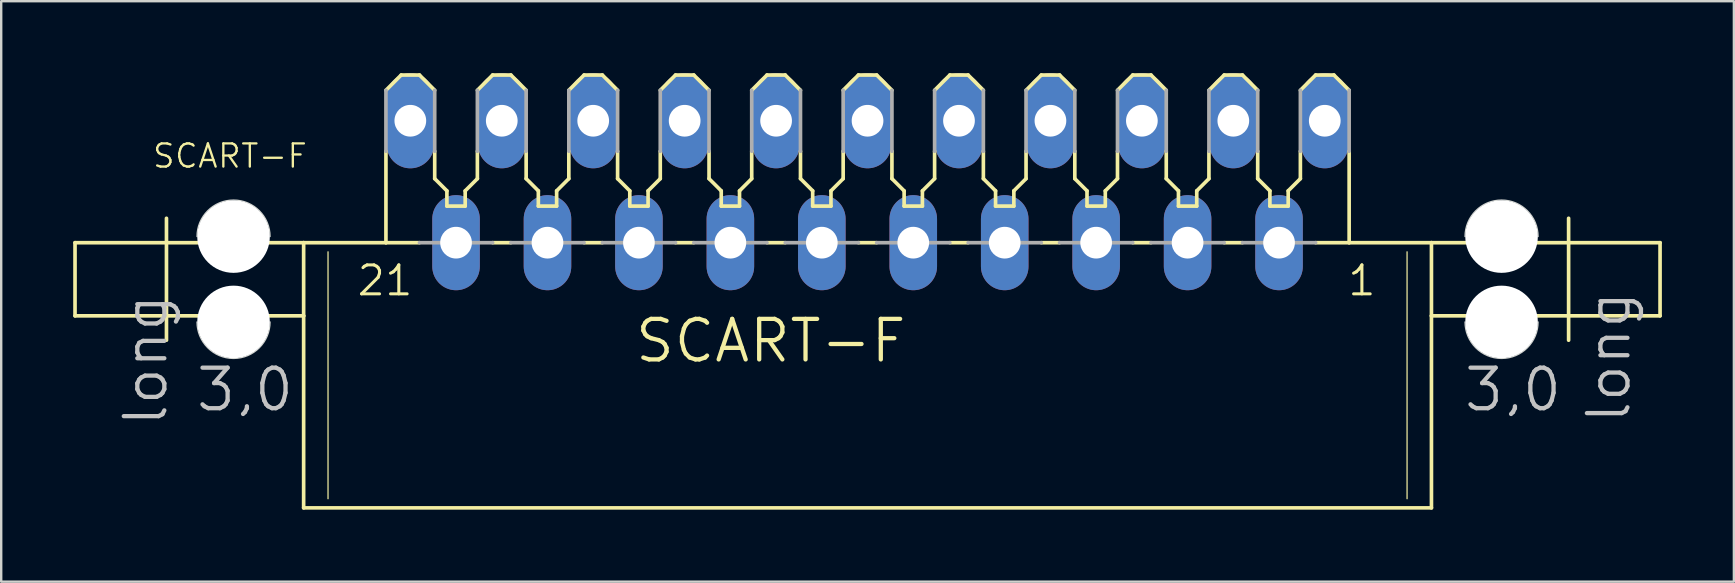
<source format=kicad_pcb>
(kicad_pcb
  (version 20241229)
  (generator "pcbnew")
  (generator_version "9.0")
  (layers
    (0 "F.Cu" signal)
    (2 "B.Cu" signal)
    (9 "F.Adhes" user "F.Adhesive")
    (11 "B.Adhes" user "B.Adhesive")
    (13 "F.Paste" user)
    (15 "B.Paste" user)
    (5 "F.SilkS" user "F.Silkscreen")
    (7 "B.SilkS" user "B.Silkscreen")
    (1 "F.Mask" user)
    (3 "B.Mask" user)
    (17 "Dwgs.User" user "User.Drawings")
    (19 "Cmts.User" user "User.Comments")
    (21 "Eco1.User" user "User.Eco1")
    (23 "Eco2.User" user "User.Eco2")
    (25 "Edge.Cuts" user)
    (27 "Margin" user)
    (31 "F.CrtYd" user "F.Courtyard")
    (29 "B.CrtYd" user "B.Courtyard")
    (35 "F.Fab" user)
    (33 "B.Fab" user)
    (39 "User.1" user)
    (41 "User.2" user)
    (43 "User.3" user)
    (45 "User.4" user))
  (footprint "SCART-F"
    (layer "F.Cu")
    (at 33.096 7.061)
    (property "Reference" "SCART-F" (at -29.845 -3.048 0) (layer "F.SilkS") (effects (font (size 0.965 0.965) (thickness 0.097)) (justify left bottom)))
    (attr through_hole)
    (fp_line (start -33.02 3.048) (end -33.02 0) (stroke (width 0.152) (type solid)) (layer "F.SilkS"))
    (fp_line (start -33.02 3.048) (end -23.495 3.048) (stroke (width 0.152) (type solid)) (layer "F.SilkS"))
    (fp_line (start -29.21 4.064) (end -29.21 -1.016) (stroke (width 0.152) (type solid)) (layer "F.SilkS"))
    (fp_line (start -23.495 0) (end -33.02 0) (stroke (width 0.152) (type solid)) (layer "F.SilkS"))
    (fp_line (start -23.495 3.048) (end -23.495 0) (stroke (width 0.152) (type solid)) (layer "F.SilkS"))
    (fp_line (start -23.495 11.049) (end -23.495 3.048) (stroke (width 0.152) (type solid)) (layer "F.SilkS"))
    (fp_line (start -23.495 11.049) (end 23.495 11.049) (stroke (width 0.152) (type solid)) (layer "F.SilkS"))
    (fp_line (start -22.479 0.381) (end -22.479 10.668) (stroke (width 0.051) (type solid)) (layer "F.SilkS"))
    (fp_line (start -20.066 0) (end -23.495 0) (stroke (width 0.152) (type solid)) (layer "F.SilkS"))
    (fp_line (start -20.066 0) (end -20.066 -3.81) (stroke (width 0.152) (type solid)) (layer "F.SilkS"))
    (fp_line (start -19.431 -6.985) (end -20.066 -6.35) (stroke (width 0.152) (type solid)) (layer "F.SilkS"))
    (fp_line (start -18.669 -6.985) (end -19.431 -6.985) (stroke (width 0.152) (type solid)) (layer "F.SilkS"))
    (fp_line (start -18.669 0) (end -20.066 0) (stroke (width 0.152) (type solid)) (layer "F.SilkS"))
    (fp_line (start -18.034 -6.35) (end -18.669 -6.985) (stroke (width 0.152) (type solid)) (layer "F.SilkS"))
    (fp_line (start -18.034 -2.667) (end -18.034 -3.81) (stroke (width 0.152) (type solid)) (layer "F.SilkS"))
    (fp_line (start -17.526 -2.159) (end -18.034 -2.667) (stroke (width 0.152) (type solid)) (layer "F.SilkS"))
    (fp_line (start -17.526 -1.524) (end -17.526 -2.159) (stroke (width 0.152) (type solid)) (layer "F.SilkS"))
    (fp_line (start -16.764 -2.159) (end -16.764 -1.524) (stroke (width 0.152) (type solid)) (layer "F.SilkS"))
    (fp_line (start -16.764 -1.524) (end -17.526 -1.524) (stroke (width 0.152) (type solid)) (layer "F.SilkS"))
    (fp_line (start -16.256 -3.81) (end -16.256 -2.667) (stroke (width 0.152) (type solid)) (layer "F.SilkS"))
    (fp_line (start -16.256 -2.667) (end -16.764 -2.159) (stroke (width 0.152) (type solid)) (layer "F.SilkS"))
    (fp_line (start -15.621 -6.985) (end -16.256 -6.35) (stroke (width 0.152) (type solid)) (layer "F.SilkS"))
    (fp_line (start -14.859 -6.985) (end -15.621 -6.985) (stroke (width 0.152) (type solid)) (layer "F.SilkS"))
    (fp_line (start -14.859 0) (end -15.621 0) (stroke (width 0.152) (type solid)) (layer "F.SilkS"))
    (fp_line (start -14.224 -6.35) (end -14.859 -6.985) (stroke (width 0.152) (type solid)) (layer "F.SilkS"))
    (fp_line (start -14.224 -2.667) (end -14.224 -3.81) (stroke (width 0.152) (type solid)) (layer "F.SilkS"))
    (fp_line (start -13.716 -2.159) (end -14.224 -2.667) (stroke (width 0.152) (type solid)) (layer "F.SilkS"))
    (fp_line (start -13.716 -1.524) (end -13.716 -2.159) (stroke (width 0.152) (type solid)) (layer "F.SilkS"))
    (fp_line (start -12.954 -2.159) (end -12.954 -1.524) (stroke (width 0.152) (type solid)) (layer "F.SilkS"))
    (fp_line (start -12.954 -1.524) (end -13.716 -1.524) (stroke (width 0.152) (type solid)) (layer "F.SilkS"))
    (fp_line (start -12.446 -3.81) (end -12.446 -2.667) (stroke (width 0.152) (type solid)) (layer "F.SilkS"))
    (fp_line (start -12.446 -2.667) (end -12.954 -2.159) (stroke (width 0.152) (type solid)) (layer "F.SilkS"))
    (fp_line (start -11.811 -6.985) (end -12.446 -6.35) (stroke (width 0.152) (type solid)) (layer "F.SilkS"))
    (fp_line (start -11.049 -6.985) (end -11.811 -6.985) (stroke (width 0.152) (type solid)) (layer "F.SilkS"))
    (fp_line (start -11.049 0) (end -11.811 0) (stroke (width 0.152) (type solid)) (layer "F.SilkS"))
    (fp_line (start -10.414 -6.35) (end -11.049 -6.985) (stroke (width 0.152) (type solid)) (layer "F.SilkS"))
    (fp_line (start -10.414 -2.667) (end -10.414 -3.81) (stroke (width 0.152) (type solid)) (layer "F.SilkS"))
    (fp_line (start -9.906 -2.159) (end -10.414 -2.667) (stroke (width 0.152) (type solid)) (layer "F.SilkS"))
    (fp_line (start -9.906 -1.524) (end -9.906 -2.159) (stroke (width 0.152) (type solid)) (layer "F.SilkS"))
    (fp_line (start -9.144 -2.159) (end -9.144 -1.524) (stroke (width 0.152) (type solid)) (layer "F.SilkS"))
    (fp_line (start -9.144 -1.524) (end -9.906 -1.524) (stroke (width 0.152) (type solid)) (layer "F.SilkS"))
    (fp_line (start -8.636 -3.81) (end -8.636 -2.667) (stroke (width 0.152) (type solid)) (layer "F.SilkS"))
    (fp_line (start -8.636 -2.667) (end -9.144 -2.159) (stroke (width 0.152) (type solid)) (layer "F.SilkS"))
    (fp_line (start -8.001 -6.985) (end -8.636 -6.35) (stroke (width 0.152) (type solid)) (layer "F.SilkS"))
    (fp_line (start -7.239 -6.985) (end -8.001 -6.985) (stroke (width 0.152) (type solid)) (layer "F.SilkS"))
    (fp_line (start -7.239 0) (end -8.001 0) (stroke (width 0.152) (type solid)) (layer "F.SilkS"))
    (fp_line (start -6.604 -6.35) (end -7.239 -6.985) (stroke (width 0.152) (type solid)) (layer "F.SilkS"))
    (fp_line (start -6.604 -2.667) (end -6.604 -3.81) (stroke (width 0.152) (type solid)) (layer "F.SilkS"))
    (fp_line (start -6.096 -2.159) (end -6.604 -2.667) (stroke (width 0.152) (type solid)) (layer "F.SilkS"))
    (fp_line (start -6.096 -1.524) (end -6.096 -2.159) (stroke (width 0.152) (type solid)) (layer "F.SilkS"))
    (fp_line (start -5.334 -2.159) (end -5.334 -1.524) (stroke (width 0.152) (type solid)) (layer "F.SilkS"))
    (fp_line (start -5.334 -1.524) (end -6.096 -1.524) (stroke (width 0.152) (type solid)) (layer "F.SilkS"))
    (fp_line (start -4.826 -3.81) (end -4.826 -2.667) (stroke (width 0.152) (type solid)) (layer "F.SilkS"))
    (fp_line (start -4.826 -2.667) (end -5.334 -2.159) (stroke (width 0.152) (type solid)) (layer "F.SilkS"))
    (fp_line (start -4.191 -6.985) (end -4.826 -6.35) (stroke (width 0.152) (type solid)) (layer "F.SilkS"))
    (fp_line (start -3.429 -6.985) (end -4.191 -6.985) (stroke (width 0.152) (type solid)) (layer "F.SilkS"))
    (fp_line (start -3.429 0) (end -4.191 0) (stroke (width 0.152) (type solid)) (layer "F.SilkS"))
    (fp_line (start -2.794 -6.35) (end -3.429 -6.985) (stroke (width 0.152) (type solid)) (layer "F.SilkS"))
    (fp_line (start -2.794 -2.667) (end -2.794 -3.81) (stroke (width 0.152) (type solid)) (layer "F.SilkS"))
    (fp_line (start -2.286 -2.159) (end -2.794 -2.667) (stroke (width 0.152) (type solid)) (layer "F.SilkS"))
    (fp_line (start -2.286 -1.524) (end -2.286 -2.159) (stroke (width 0.152) (type solid)) (layer "F.SilkS"))
    (fp_line (start -1.524 -2.159) (end -1.524 -1.524) (stroke (width 0.152) (type solid)) (layer "F.SilkS"))
    (fp_line (start -1.524 -1.524) (end -2.286 -1.524) (stroke (width 0.152) (type solid)) (layer "F.SilkS"))
    (fp_line (start -1.016 -3.81) (end -1.016 -2.667) (stroke (width 0.152) (type solid)) (layer "F.SilkS"))
    (fp_line (start -1.016 -2.667) (end -1.524 -2.159) (stroke (width 0.152) (type solid)) (layer "F.SilkS"))
    (fp_line (start -0.381 -6.985) (end -1.016 -6.35) (stroke (width 0.152) (type solid)) (layer "F.SilkS"))
    (fp_line (start 0.381 -6.985) (end -0.381 -6.985) (stroke (width 0.152) (type solid)) (layer "F.SilkS"))
    (fp_line (start 0.381 0) (end -0.381 0) (stroke (width 0.152) (type solid)) (layer "F.SilkS"))
    (fp_line (start 1.016 -6.35) (end 0.381 -6.985) (stroke (width 0.152) (type solid)) (layer "F.SilkS"))
    (fp_line (start 1.016 -2.667) (end 1.016 -3.81) (stroke (width 0.152) (type solid)) (layer "F.SilkS"))
    (fp_line (start 1.524 -2.159) (end 1.016 -2.667) (stroke (width 0.152) (type solid)) (layer "F.SilkS"))
    (fp_line (start 1.524 -1.524) (end 1.524 -2.159) (stroke (width 0.152) (type solid)) (layer "F.SilkS"))
    (fp_line (start 2.286 -2.159) (end 2.286 -1.524) (stroke (width 0.152) (type solid)) (layer "F.SilkS"))
    (fp_line (start 2.286 -1.524) (end 1.524 -1.524) (stroke (width 0.152) (type solid)) (layer "F.SilkS"))
    (fp_line (start 2.794 -3.81) (end 2.794 -2.667) (stroke (width 0.152) (type solid)) (layer "F.SilkS"))
    (fp_line (start 2.794 -2.667) (end 2.286 -2.159) (stroke (width 0.152) (type solid)) (layer "F.SilkS"))
    (fp_line (start 3.429 -6.985) (end 2.794 -6.35) (stroke (width 0.152) (type solid)) (layer "F.SilkS"))
    (fp_line (start 4.191 -6.985) (end 3.429 -6.985) (stroke (width 0.152) (type solid)) (layer "F.SilkS"))
    (fp_line (start 4.191 0) (end 3.429 0) (stroke (width 0.152) (type solid)) (layer "F.SilkS"))
    (fp_line (start 4.826 -6.35) (end 4.191 -6.985) (stroke (width 0.152) (type solid)) (layer "F.SilkS"))
    (fp_line (start 4.826 -2.667) (end 4.826 -3.81) (stroke (width 0.152) (type solid)) (layer "F.SilkS"))
    (fp_line (start 5.334 -2.159) (end 4.826 -2.667) (stroke (width 0.152) (type solid)) (layer "F.SilkS"))
    (fp_line (start 5.334 -1.524) (end 5.334 -2.159) (stroke (width 0.152) (type solid)) (layer "F.SilkS"))
    (fp_line (start 6.096 -2.159) (end 6.096 -1.524) (stroke (width 0.152) (type solid)) (layer "F.SilkS"))
    (fp_line (start 6.096 -1.524) (end 5.334 -1.524) (stroke (width 0.152) (type solid)) (layer "F.SilkS"))
    (fp_line (start 6.604 -3.81) (end 6.604 -2.667) (stroke (width 0.152) (type solid)) (layer "F.SilkS"))
    (fp_line (start 6.604 -2.667) (end 6.096 -2.159) (stroke (width 0.152) (type solid)) (layer "F.SilkS"))
    (fp_line (start 7.239 -6.985) (end 6.604 -6.35) (stroke (width 0.152) (type solid)) (layer "F.SilkS"))
    (fp_line (start 8.001 -6.985) (end 7.239 -6.985) (stroke (width 0.152) (type solid)) (layer "F.SilkS"))
    (fp_line (start 8.001 0) (end 7.239 0) (stroke (width 0.152) (type solid)) (layer "F.SilkS"))
    (fp_line (start 8.636 -6.35) (end 8.001 -6.985) (stroke (width 0.152) (type solid)) (layer "F.SilkS"))
    (fp_line (start 8.636 -2.667) (end 8.636 -3.81) (stroke (width 0.152) (type solid)) (layer "F.SilkS"))
    (fp_line (start 9.144 -2.159) (end 8.636 -2.667) (stroke (width 0.152) (type solid)) (layer "F.SilkS"))
    (fp_line (start 9.144 -1.524) (end 9.144 -2.159) (stroke (width 0.152) (type solid)) (layer "F.SilkS"))
    (fp_line (start 9.906 -2.159) (end 9.906 -1.524) (stroke (width 0.152) (type solid)) (layer "F.SilkS"))
    (fp_line (start 9.906 -1.524) (end 9.144 -1.524) (stroke (width 0.152) (type solid)) (layer "F.SilkS"))
    (fp_line (start 10.414 -3.81) (end 10.414 -2.667) (stroke (width 0.152) (type solid)) (layer "F.SilkS"))
    (fp_line (start 10.414 -2.667) (end 9.906 -2.159) (stroke (width 0.152) (type solid)) (layer "F.SilkS"))
    (fp_line (start 11.049 -6.985) (end 10.414 -6.35) (stroke (width 0.152) (type solid)) (layer "F.SilkS"))
    (fp_line (start 11.811 -6.985) (end 11.049 -6.985) (stroke (width 0.152) (type solid)) (layer "F.SilkS"))
    (fp_line (start 11.811 0) (end 11.049 0) (stroke (width 0.152) (type solid)) (layer "F.SilkS"))
    (fp_line (start 12.446 -6.35) (end 11.811 -6.985) (stroke (width 0.152) (type solid)) (layer "F.SilkS"))
    (fp_line (start 12.446 -2.667) (end 12.446 -3.81) (stroke (width 0.152) (type solid)) (layer "F.SilkS"))
    (fp_line (start 12.954 -2.159) (end 12.446 -2.667) (stroke (width 0.152) (type solid)) (layer "F.SilkS"))
    (fp_line (start 12.954 -1.524) (end 12.954 -2.159) (stroke (width 0.152) (type solid)) (layer "F.SilkS"))
    (fp_line (start 13.716 -2.159) (end 13.716 -1.524) (stroke (width 0.152) (type solid)) (layer "F.SilkS"))
    (fp_line (start 13.716 -1.524) (end 12.954 -1.524) (stroke (width 0.152) (type solid)) (layer "F.SilkS"))
    (fp_line (start 14.224 -3.81) (end 14.224 -2.667) (stroke (width 0.152) (type solid)) (layer "F.SilkS"))
    (fp_line (start 14.224 -2.667) (end 13.716 -2.159) (stroke (width 0.152) (type solid)) (layer "F.SilkS"))
    (fp_line (start 14.859 -6.985) (end 14.224 -6.35) (stroke (width 0.152) (type solid)) (layer "F.SilkS"))
    (fp_line (start 15.621 -6.985) (end 14.859 -6.985) (stroke (width 0.152) (type solid)) (layer "F.SilkS"))
    (fp_line (start 15.621 0) (end 14.859 0) (stroke (width 0.152) (type solid)) (layer "F.SilkS"))
    (fp_line (start 16.256 -6.35) (end 15.621 -6.985) (stroke (width 0.152) (type solid)) (layer "F.SilkS"))
    (fp_line (start 16.256 -2.667) (end 16.256 -3.81) (stroke (width 0.152) (type solid)) (layer "F.SilkS"))
    (fp_line (start 16.764 -2.159) (end 16.256 -2.667) (stroke (width 0.152) (type solid)) (layer "F.SilkS"))
    (fp_line (start 16.764 -1.524) (end 16.764 -2.159) (stroke (width 0.152) (type solid)) (layer "F.SilkS"))
    (fp_line (start 17.526 -2.159) (end 17.526 -1.524) (stroke (width 0.152) (type solid)) (layer "F.SilkS"))
    (fp_line (start 17.526 -1.524) (end 16.764 -1.524) (stroke (width 0.152) (type solid)) (layer "F.SilkS"))
    (fp_line (start 18.034 -3.81) (end 18.034 -2.667) (stroke (width 0.152) (type solid)) (layer "F.SilkS"))
    (fp_line (start 18.034 -2.667) (end 17.526 -2.159) (stroke (width 0.152) (type solid)) (layer "F.SilkS"))
    (fp_line (start 18.669 -6.985) (end 18.034 -6.35) (stroke (width 0.152) (type solid)) (layer "F.SilkS"))
    (fp_line (start 18.669 -6.985) (end 19.431 -6.985) (stroke (width 0.152) (type solid)) (layer "F.SilkS"))
    (fp_line (start 20.066 -6.35) (end 19.431 -6.985) (stroke (width 0.152) (type solid)) (layer "F.SilkS"))
    (fp_line (start 20.066 0) (end 18.669 0) (stroke (width 0.152) (type solid)) (layer "F.SilkS"))
    (fp_line (start 20.066 0) (end 20.066 -3.81) (stroke (width 0.152) (type solid)) (layer "F.SilkS"))
    (fp_line (start 22.479 0.381) (end 22.479 10.668) (stroke (width 0.051) (type solid)) (layer "F.SilkS"))
    (fp_line (start 23.495 0) (end 20.066 0) (stroke (width 0.152) (type solid)) (layer "F.SilkS"))
    (fp_line (start 23.495 3.048) (end 23.495 0) (stroke (width 0.152) (type solid)) (layer "F.SilkS"))
    (fp_line (start 23.495 3.048) (end 33.02 3.048) (stroke (width 0.152) (type solid)) (layer "F.SilkS"))
    (fp_line (start 23.495 11.049) (end 23.495 3.048) (stroke (width 0.152) (type solid)) (layer "F.SilkS"))
    (fp_line (start 29.21 4.064) (end 29.21 -1.016) (stroke (width 0.152) (type solid)) (layer "F.SilkS"))
    (fp_line (start 33.02 0) (end 23.495 0) (stroke (width 0.152) (type solid)) (layer "F.SilkS"))
    (fp_line (start 33.02 3.048) (end 33.02 0) (stroke (width 0.152) (type solid)) (layer "F.SilkS"))
    (fp_line (start -27.94 3.302) (end -27.94 -0.254) (stroke (width 0.002) (type solid)) (layer "Edge.Cuts"))
    (fp_line (start -24.892 -0.254) (end -24.892 3.302) (stroke (width 0.002) (type solid)) (layer "Edge.Cuts"))
    (fp_line (start 24.892 3.302) (end 24.892 -0.254) (stroke (width 0.002) (type solid)) (layer "Edge.Cuts"))
    (fp_line (start 27.94 -0.254) (end 27.94 3.302) (stroke (width 0.002) (type solid)) (layer "Edge.Cuts"))
    (fp_arc (start -27.94 -0.254) (mid -26.415999 -1.777999) (end -24.892 -0.253998) (stroke (width 0.05) (type solid)) (layer "Edge.Cuts"))
    (fp_arc (start -24.892 3.302) (mid -26.416 4.826) (end -27.94 3.302) (stroke (width 0.05) (type solid)) (layer "Edge.Cuts"))
    (fp_arc (start 24.892 -0.254) (mid 26.416001 -1.777999) (end 27.94 -0.253998) (stroke (width 0.05) (type solid)) (layer "Edge.Cuts"))
    (fp_arc (start 27.94 3.302) (mid 26.416 4.826) (end 24.892 3.302) (stroke (width 0.05) (type solid)) (layer "Edge.Cuts"))
    (fp_line (start -20.066 -6.35) (end -20.066 -3.81) (stroke (width 0.152) (type solid)) (layer "F.Fab"))
    (fp_line (start -18.669 0) (end -15.621 0) (stroke (width 0.152) (type solid)) (layer "F.Fab"))
    (fp_line (start -18.034 -3.81) (end -18.034 -6.35) (stroke (width 0.152) (type solid)) (layer "F.Fab"))
    (fp_line (start -16.256 -6.35) (end -16.256 -3.81) (stroke (width 0.152) (type solid)) (layer "F.Fab"))
    (fp_line (start -14.859 0) (end -11.811 0) (stroke (width 0.152) (type solid)) (layer "F.Fab"))
    (fp_line (start -14.224 -3.81) (end -14.224 -6.35) (stroke (width 0.152) (type solid)) (layer "F.Fab"))
    (fp_line (start -12.446 -6.35) (end -12.446 -3.81) (stroke (width 0.152) (type solid)) (layer "F.Fab"))
    (fp_line (start -11.049 0) (end -8.001 0) (stroke (width 0.152) (type solid)) (layer "F.Fab"))
    (fp_line (start -10.414 -3.81) (end -10.414 -6.35) (stroke (width 0.152) (type solid)) (layer "F.Fab"))
    (fp_line (start -8.636 -6.35) (end -8.636 -3.81) (stroke (width 0.152) (type solid)) (layer "F.Fab"))
    (fp_line (start -7.239 0) (end -4.191 0) (stroke (width 0.152) (type solid)) (layer "F.Fab"))
    (fp_line (start -6.604 -3.81) (end -6.604 -6.35) (stroke (width 0.152) (type solid)) (layer "F.Fab"))
    (fp_line (start -4.826 -6.35) (end -4.826 -3.81) (stroke (width 0.152) (type solid)) (layer "F.Fab"))
    (fp_line (start -3.429 0) (end -0.381 0) (stroke (width 0.152) (type solid)) (layer "F.Fab"))
    (fp_line (start -2.794 -3.81) (end -2.794 -6.35) (stroke (width 0.152) (type solid)) (layer "F.Fab"))
    (fp_line (start -1.016 -6.35) (end -1.016 -3.81) (stroke (width 0.152) (type solid)) (layer "F.Fab"))
    (fp_line (start 0.381 0) (end 3.429 0) (stroke (width 0.152) (type solid)) (layer "F.Fab"))
    (fp_line (start 1.016 -3.81) (end 1.016 -6.35) (stroke (width 0.152) (type solid)) (layer "F.Fab"))
    (fp_line (start 2.794 -6.35) (end 2.794 -3.81) (stroke (width 0.152) (type solid)) (layer "F.Fab"))
    (fp_line (start 4.191 0) (end 7.239 0) (stroke (width 0.152) (type solid)) (layer "F.Fab"))
    (fp_line (start 4.826 -3.81) (end 4.826 -6.35) (stroke (width 0.152) (type solid)) (layer "F.Fab"))
    (fp_line (start 6.604 -6.35) (end 6.604 -3.81) (stroke (width 0.152) (type solid)) (layer "F.Fab"))
    (fp_line (start 8.001 0) (end 11.049 0) (stroke (width 0.152) (type solid)) (layer "F.Fab"))
    (fp_line (start 8.636 -3.81) (end 8.636 -6.35) (stroke (width 0.152) (type solid)) (layer "F.Fab"))
    (fp_line (start 10.414 -6.35) (end 10.414 -3.81) (stroke (width 0.152) (type solid)) (layer "F.Fab"))
    (fp_line (start 11.811 0) (end 14.859 0) (stroke (width 0.152) (type solid)) (layer "F.Fab"))
    (fp_line (start 12.446 -3.81) (end 12.446 -6.35) (stroke (width 0.152) (type solid)) (layer "F.Fab"))
    (fp_line (start 14.224 -6.35) (end 14.224 -3.81) (stroke (width 0.152) (type solid)) (layer "F.Fab"))
    (fp_line (start 15.621 0) (end 18.669 0) (stroke (width 0.152) (type solid)) (layer "F.Fab"))
    (fp_line (start 16.256 -3.81) (end 16.256 -6.35) (stroke (width 0.152) (type solid)) (layer "F.Fab"))
    (fp_line (start 18.034 -6.35) (end 18.034 -3.81) (stroke (width 0.152) (type solid)) (layer "F.Fab"))
    (fp_line (start 20.066 -3.81) (end 20.066 -6.35) (stroke (width 0.152) (type solid)) (layer "F.Fab"))
    (fp_text user "1" (at 19.939 2.286 0) (layer "F.SilkS") (effects (font (size 1.206 1.206) (thickness 0.127)) (justify left bottom)))
    (fp_text user "21" (at -21.336 2.286 0) (layer "F.SilkS") (effects (font (size 1.206 1.206) (thickness 0.127)) (justify left bottom)))
    (fp_text user "SCART-F" (at -9.779 5.08 0) (layer "F.SilkS") (effects (font (size 1.689 1.689) (thickness 0.178)) (justify left bottom)))
    (fp_text user "3,0" (at 24.765 7.112 0) (layer "Dwgs.User") (effects (font (size 1.689 1.689) (thickness 0.178)) (justify left bottom)))
    (fp_text user "long " (at -29.083 7.747 90) (layer "Dwgs.User") (effects (font (size 1.689 1.689) (thickness 0.178)) (justify left bottom)))
    (fp_text user "long" (at 31.877 7.62 90) (layer "Dwgs.User") (effects (font (size 1.689 1.689) (thickness 0.178)) (justify left bottom)))
    (fp_text user "3,0 " (at -28.067 7.112 0) (layer "Dwgs.User") (effects (font (size 1.689 1.689) (thickness 0.178)) (justify left bottom)))
    (pad "" np_thru_hole circle (at -26.416 -0.254) (size 3.023 3.023) (drill 3.023) (layers "*.Cu" "*.Mask"))
    (pad "" np_thru_hole circle (at -26.416 3.302) (size 3.023 3.023) (drill 3.023) (layers "*.Cu" "*.Mask"))
    (pad "" np_thru_hole circle (at 26.416 -0.254) (size 3.023 3.023) (drill 3.023) (layers "*.Cu" "*.Mask"))
    (pad "" np_thru_hole circle (at 26.416 3.302) (size 3.023 3.023) (drill 3.023) (layers "*.Cu" "*.Mask"))
    (pad "1" thru_hole oval (at 19.05 -5.08 90) (size 3.962 1.981) (drill 1.321) (layers "*.Cu" "*.Mask"))
    (pad "2" thru_hole oval (at 17.145 0 90) (size 3.962 1.981) (drill 1.321) (layers "*.Cu" "*.Mask"))
    (pad "3" thru_hole oval (at 15.24 -5.08 90) (size 3.962 1.981) (drill 1.321) (layers "*.Cu" "*.Mask"))
    (pad "4" thru_hole oval (at 13.335 0 90) (size 3.962 1.981) (drill 1.321) (layers "*.Cu" "*.Mask"))
    (pad "5" thru_hole oval (at 11.43 -5.08 90) (size 3.962 1.981) (drill 1.321) (layers "*.Cu" "*.Mask"))
    (pad "6" thru_hole oval (at 9.525 0 90) (size 3.962 1.981) (drill 1.321) (layers "*.Cu" "*.Mask"))
    (pad "7" thru_hole oval (at 7.62 -5.08 90) (size 3.962 1.981) (drill 1.321) (layers "*.Cu" "*.Mask"))
    (pad "8" thru_hole oval (at 5.715 0 90) (size 3.962 1.981) (drill 1.321) (layers "*.Cu" "*.Mask"))
    (pad "9" thru_hole oval (at 3.81 -5.08 90) (size 3.962 1.981) (drill 1.321) (layers "*.Cu" "*.Mask"))
    (pad "10" thru_hole oval (at 1.905 0 90) (size 3.962 1.981) (drill 1.321) (layers "*.Cu" "*.Mask"))
    (pad "11" thru_hole oval (at 0 -5.08 90) (size 3.962 1.981) (drill 1.321) (layers "*.Cu" "*.Mask"))
    (pad "12" thru_hole oval (at -1.905 0 90) (size 3.962 1.981) (drill 1.321) (layers "*.Cu" "*.Mask"))
    (pad "13" thru_hole oval (at -3.81 -5.08 90) (size 3.962 1.981) (drill 1.321) (layers "*.Cu" "*.Mask"))
    (pad "14" thru_hole oval (at -5.715 0 90) (size 3.962 1.981) (drill 1.321) (layers "*.Cu" "*.Mask"))
    (pad "15" thru_hole oval (at -7.62 -5.08 90) (size 3.962 1.981) (drill 1.321) (layers "*.Cu" "*.Mask"))
    (pad "16" thru_hole oval (at -9.525 0 90) (size 3.962 1.981) (drill 1.321) (layers "*.Cu" "*.Mask"))
    (pad "17" thru_hole oval (at -11.43 -5.08 90) (size 3.962 1.981) (drill 1.321) (layers "*.Cu" "*.Mask"))
    (pad "18" thru_hole oval (at -13.335 0 90) (size 3.962 1.981) (drill 1.321) (layers "*.Cu" "*.Mask"))
    (pad "19" thru_hole oval (at -15.24 -5.08 90) (size 3.962 1.981) (drill 1.321) (layers "*.Cu" "*.Mask"))
    (pad "20" thru_hole oval (at -17.145 0 90) (size 3.962 1.981) (drill 1.321) (layers "*.Cu" "*.Mask"))
    (pad "21" thru_hole oval (at -19.05 -5.08 90) (size 3.962 1.981) (drill 1.321) (layers "*.Cu" "*.Mask")))
  (gr_rect
    (start -3 -3)
    (end 69.192 21.186)
    (stroke (width 0.1) (type default))
    (fill no)
    (layer "Edge.Cuts")))
</source>
